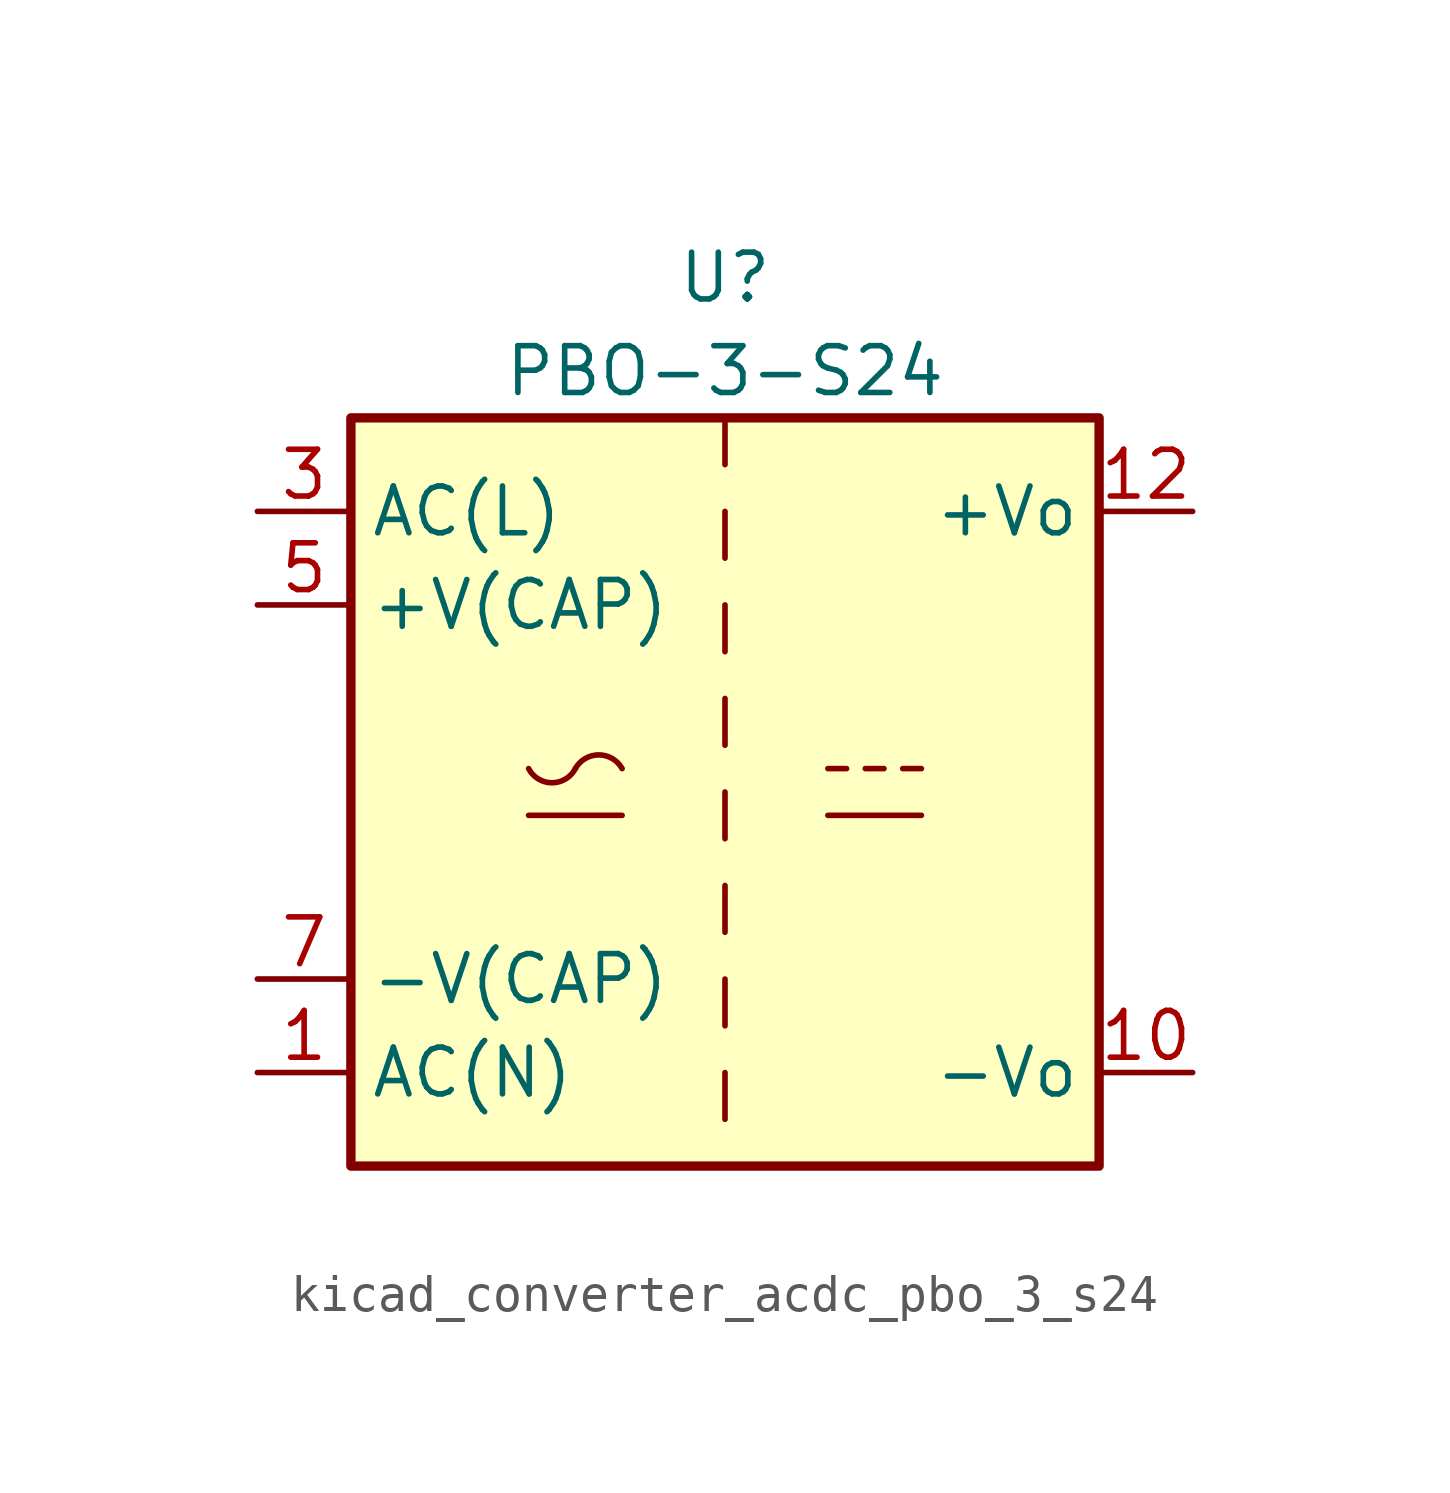
<source format=kicad_sym>
(kicad_symbol_lib
  (version 20220914)
  (generator kicad_symbol_editor)
  (symbol "kicad_converter_acdc_pbo_3_s24"
    (property "Reference" "U"
      (at 0 13.97 0)
      (effects (font (size 1.27 1.27))))
    (property "Value" "PBO-3-S24"
      (at 0 11.43 0)
      (effects (font (size 1.27 1.27))))
    (symbol "kicad_converter_acdc_pbo_3_s24_1_1"
      (rectangle (start -10.16 10.16) (end 10.16 -10.16) (stroke (width 0.254) (type default)) (fill (type background)))
      (arc (start -5.334 0.635) (mid -4.699 0.2495) (end -4.064 0.635) (stroke (width 0) (type default)) (fill (type none)))
      (arc (start -2.794 0.635) (mid -3.429 1.0072) (end -4.064 0.635) (stroke (width 0) (type default)) (fill (type none)))
      (polyline (pts (xy -5.334 -0.635) (xy -2.794 -0.635)) (stroke (width 0) (type default)) (fill (type none)))
      (polyline (pts (xy 0 -7.62) (xy 0 -8.89)) (stroke (width 0) (type default)) (fill (type none)))
      (polyline (pts (xy 0 -5.08) (xy 0 -6.35)) (stroke (width 0) (type default)) (fill (type none)))
      (polyline (pts (xy 0 -2.54) (xy 0 -3.81)) (stroke (width 0) (type default)) (fill (type none)))
      (polyline (pts (xy 0 0) (xy 0 -1.27)) (stroke (width 0) (type default)) (fill (type none)))
      (polyline (pts (xy 0 2.54) (xy 0 1.27)) (stroke (width 0) (type default)) (fill (type none)))
      (polyline (pts (xy 0 5.08) (xy 0 3.81)) (stroke (width 0) (type default)) (fill (type none)))
      (polyline (pts (xy 0 7.62) (xy 0 6.35)) (stroke (width 0) (type default)) (fill (type none)))
      (polyline (pts (xy 0 10.16) (xy 0 8.89)) (stroke (width 0) (type default)) (fill (type none)))
      (polyline (pts (xy 2.794 -0.635) (xy 5.334 -0.635)) (stroke (width 0) (type default)) (fill (type none)))
      (polyline (pts (xy 2.794 0.635) (xy 3.302 0.635)) (stroke (width 0) (type default)) (fill (type none)))
      (polyline (pts (xy 3.81 0.635) (xy 4.318 0.635)) (stroke (width 0) (type default)) (fill (type none)))
      (polyline (pts (xy 4.826 0.635) (xy 5.334 0.635)) (stroke (width 0) (type default)) (fill (type none)))
      (pin power_in line (at -12.7 -7.62 0) (length 2.54) (name "AC(N)" (effects (font (size 1.27 1.27)))) (number "1" (effects (font (size 1.27 1.27)))))
      (pin power_out line (at 12.7 -7.62 180) (length 2.54) (name "-Vo" (effects (font (size 1.27 1.27)))) (number "10" (effects (font (size 1.27 1.27)))))
      (pin power_out line (at 12.7 7.62 180) (length 2.54) (name "+Vo" (effects (font (size 1.27 1.27)))) (number "12" (effects (font (size 1.27 1.27)))))
      (pin power_in line (at -12.7 7.62 0) (length 2.54) (name "AC(L)" (effects (font (size 1.27 1.27)))) (number "3" (effects (font (size 1.27 1.27)))))
      (pin passive line (at -12.7 5.08 0) (length 2.54) (name "+V(CAP)" (effects (font (size 1.27 1.27)))) (number "5" (effects (font (size 1.27 1.27)))))
      (pin passive line (at -12.7 -5.08 0) (length 2.54) (name "-V(CAP)" (effects (font (size 1.27 1.27)))) (number "7" (effects (font (size 1.27 1.27))))))))
</source>
